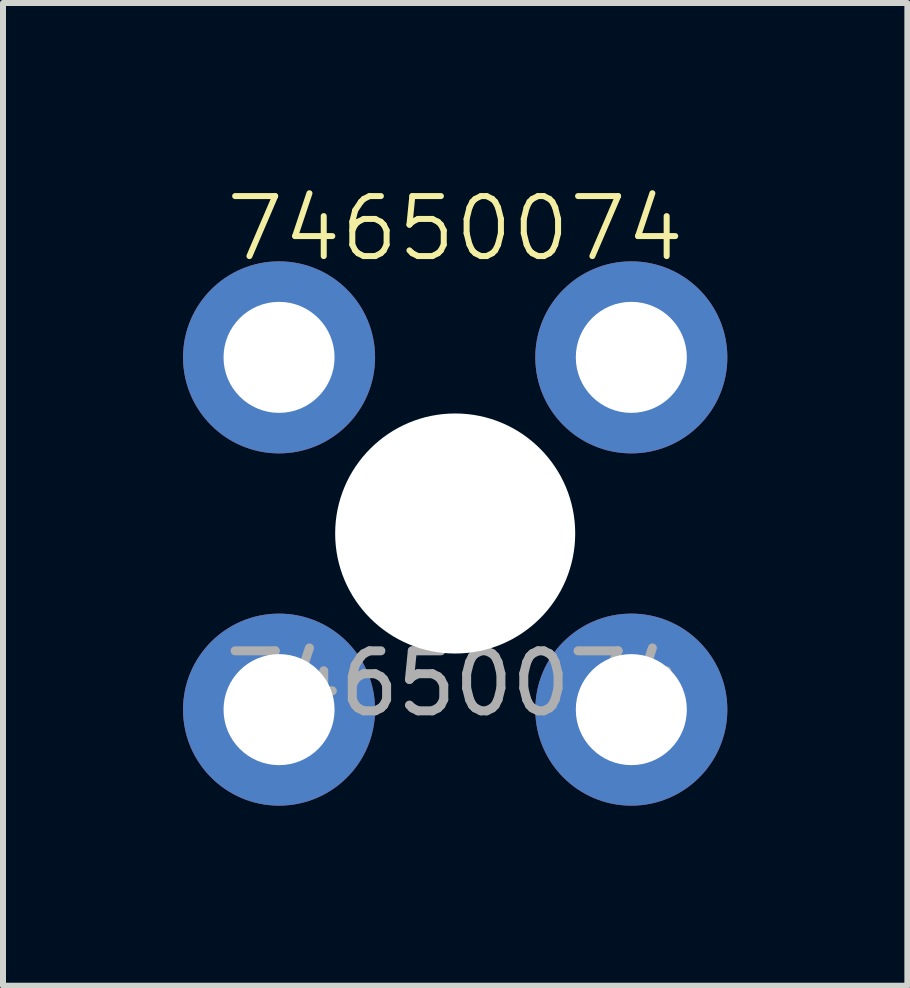
<source format=kicad_pcb>
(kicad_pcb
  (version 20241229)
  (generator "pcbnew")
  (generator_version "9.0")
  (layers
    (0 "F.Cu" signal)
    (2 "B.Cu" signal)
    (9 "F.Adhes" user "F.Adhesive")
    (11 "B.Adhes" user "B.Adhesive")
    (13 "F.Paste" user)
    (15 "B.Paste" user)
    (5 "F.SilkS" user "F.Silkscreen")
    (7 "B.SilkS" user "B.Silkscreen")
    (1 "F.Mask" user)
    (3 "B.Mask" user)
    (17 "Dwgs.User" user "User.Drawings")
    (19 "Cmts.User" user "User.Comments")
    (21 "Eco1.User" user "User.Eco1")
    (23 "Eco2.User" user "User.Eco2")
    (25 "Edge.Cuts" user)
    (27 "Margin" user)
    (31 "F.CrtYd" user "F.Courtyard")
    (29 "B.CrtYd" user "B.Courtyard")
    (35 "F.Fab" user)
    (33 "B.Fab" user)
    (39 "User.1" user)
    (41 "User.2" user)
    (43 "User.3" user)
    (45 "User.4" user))
  (footprint "74650074"
    (layer "F.Cu")
    (at 4.535 5.84)
    (property "Reference" "74650074" (at 0 -5.08 0) (unlocked yes) (layer "F.SilkS") (effects (font (size 1 1) (thickness 0.1))))
    (attr through_hole)
    (fp_text user "${REFERENCE}" (at 0 2.5 0) (unlocked yes) (layer "F.Fab") (effects (font (size 1 1) (thickness 0.15))))
    (pad "" np_thru_hole circle (at 0 0) (size 4 4) (drill 4) (layers "*.Cu" "*.Mask"))
    (pad "1" thru_hole circle (at 2.935 2.935) (size 3.2 3.2) (drill 1.85) (layers "*.Cu" "*.Mask"))
    (pad "2" thru_hole circle (at 2.935 -2.935) (size 3.2 3.2) (drill 1.85) (layers "*.Cu" "*.Mask"))
    (pad "3" thru_hole circle (at -2.935 2.935) (size 3.2 3.2) (drill 1.85) (layers "*.Cu" "*.Mask"))
    (pad "4" thru_hole circle (at -2.935 -2.935) (size 3.2 3.2) (drill 1.85) (layers "*.Cu" "*.Mask")))
  (gr_rect
    (start -3 -3)
    (end 12.07 13.376)
    (stroke (width 0.1) (type default))
    (fill no)
    (layer "Edge.Cuts")))
</source>
